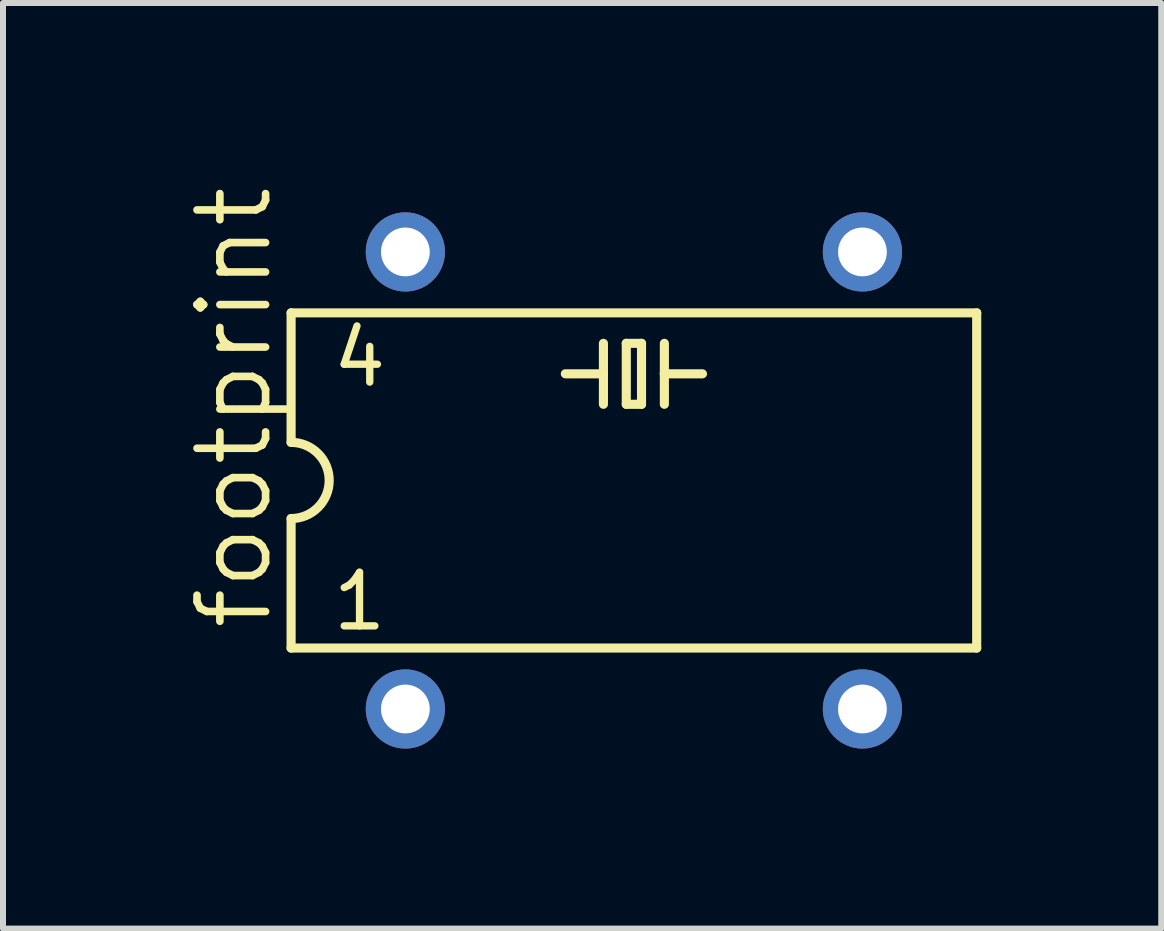
<source format=kicad_pcb>
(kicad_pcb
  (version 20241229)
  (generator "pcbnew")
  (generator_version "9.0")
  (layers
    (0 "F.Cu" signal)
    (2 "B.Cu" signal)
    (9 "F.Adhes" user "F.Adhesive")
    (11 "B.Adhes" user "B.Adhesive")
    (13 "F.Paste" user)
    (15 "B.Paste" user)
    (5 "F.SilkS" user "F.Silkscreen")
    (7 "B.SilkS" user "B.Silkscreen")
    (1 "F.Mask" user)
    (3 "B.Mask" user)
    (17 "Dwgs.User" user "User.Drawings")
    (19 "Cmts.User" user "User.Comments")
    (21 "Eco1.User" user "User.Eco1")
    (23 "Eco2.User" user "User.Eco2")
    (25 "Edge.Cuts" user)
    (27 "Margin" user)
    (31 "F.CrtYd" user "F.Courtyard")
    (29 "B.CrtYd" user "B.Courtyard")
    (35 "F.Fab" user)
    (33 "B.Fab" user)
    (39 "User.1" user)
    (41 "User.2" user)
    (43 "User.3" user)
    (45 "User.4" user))
  (footprint "footprint"
    (layer "F.Cu")
    (at 7.518 4.96)
    (property "Reference" "footprint" (at -5.994 2.54 90) (layer "F.SilkS") (effects (font (size 1.143 1.143) (thickness 0.127)) (justify left bottom)))
    (fp_line (start -5.715 -2.794) (end -5.715 -0.635) (stroke (width 0.152) (type solid)) (layer "F.SilkS"))
    (fp_line (start -5.715 0.635) (end -5.715 2.794) (stroke (width 0.152) (type solid)) (layer "F.SilkS"))
    (fp_line (start -5.715 2.794) (end 5.715 2.794) (stroke (width 0.152) (type solid)) (layer "F.SilkS"))
    (fp_line (start -1.143 -1.778) (end -0.508 -1.778) (stroke (width 0.152) (type solid)) (layer "F.SilkS"))
    (fp_line (start -0.508 -1.778) (end -0.508 -2.286) (stroke (width 0.152) (type solid)) (layer "F.SilkS"))
    (fp_line (start -0.508 -1.778) (end -0.508 -1.27) (stroke (width 0.152) (type solid)) (layer "F.SilkS"))
    (fp_line (start -0.127 -2.286) (end -0.127 -1.27) (stroke (width 0.152) (type solid)) (layer "F.SilkS"))
    (fp_line (start -0.127 -1.27) (end 0.127 -1.27) (stroke (width 0.152) (type solid)) (layer "F.SilkS"))
    (fp_line (start 0.127 -2.286) (end -0.127 -2.286) (stroke (width 0.152) (type solid)) (layer "F.SilkS"))
    (fp_line (start 0.127 -1.27) (end 0.127 -2.286) (stroke (width 0.152) (type solid)) (layer "F.SilkS"))
    (fp_line (start 0.508 -2.286) (end 0.508 -1.778) (stroke (width 0.152) (type solid)) (layer "F.SilkS"))
    (fp_line (start 0.508 -1.778) (end 0.508 -1.27) (stroke (width 0.152) (type solid)) (layer "F.SilkS"))
    (fp_line (start 0.508 -1.778) (end 1.143 -1.778) (stroke (width 0.152) (type solid)) (layer "F.SilkS"))
    (fp_line (start 5.715 -2.794) (end -5.715 -2.794) (stroke (width 0.152) (type solid)) (layer "F.SilkS"))
    (fp_line (start 5.715 2.794) (end 5.715 -2.794) (stroke (width 0.152) (type solid)) (layer "F.SilkS"))
    (fp_arc (start -5.715 -0.635) (mid -5.08 0) (end -5.715 0.635) (stroke (width 0.1524) (type solid)) (layer "F.SilkS"))
    (fp_text user "1" (at -5.08 2.54 0) (layer "F.SilkS") (effects (font (size 0.894 0.894) (thickness 0.122)) (justify left bottom)))
    (fp_text user "4" (at -5.08 -1.524 0) (layer "F.SilkS") (effects (font (size 0.894 0.894) (thickness 0.122)) (justify left bottom)))
    (pad "1" thru_hole circle (at -3.81 3.81) (size 1.321 1.321) (drill 0.813) (layers "*.Cu" "*.Mask"))
    (pad "2" thru_hole circle (at 3.81 3.81) (size 1.321 1.321) (drill 0.813) (layers "*.Cu" "*.Mask"))
    (pad "3" thru_hole circle (at 3.81 -3.81) (size 1.321 1.321) (drill 0.813) (layers "*.Cu" "*.Mask"))
    (pad "4" thru_hole circle (at -3.81 -3.81) (size 1.321 1.321) (drill 0.813) (layers "*.Cu" "*.Mask")))
  (gr_rect
    (start -3 -3)
    (end 16.31 12.431)
    (stroke (width 0.1) (type default))
    (fill no)
    (layer "Edge.Cuts")))
</source>
